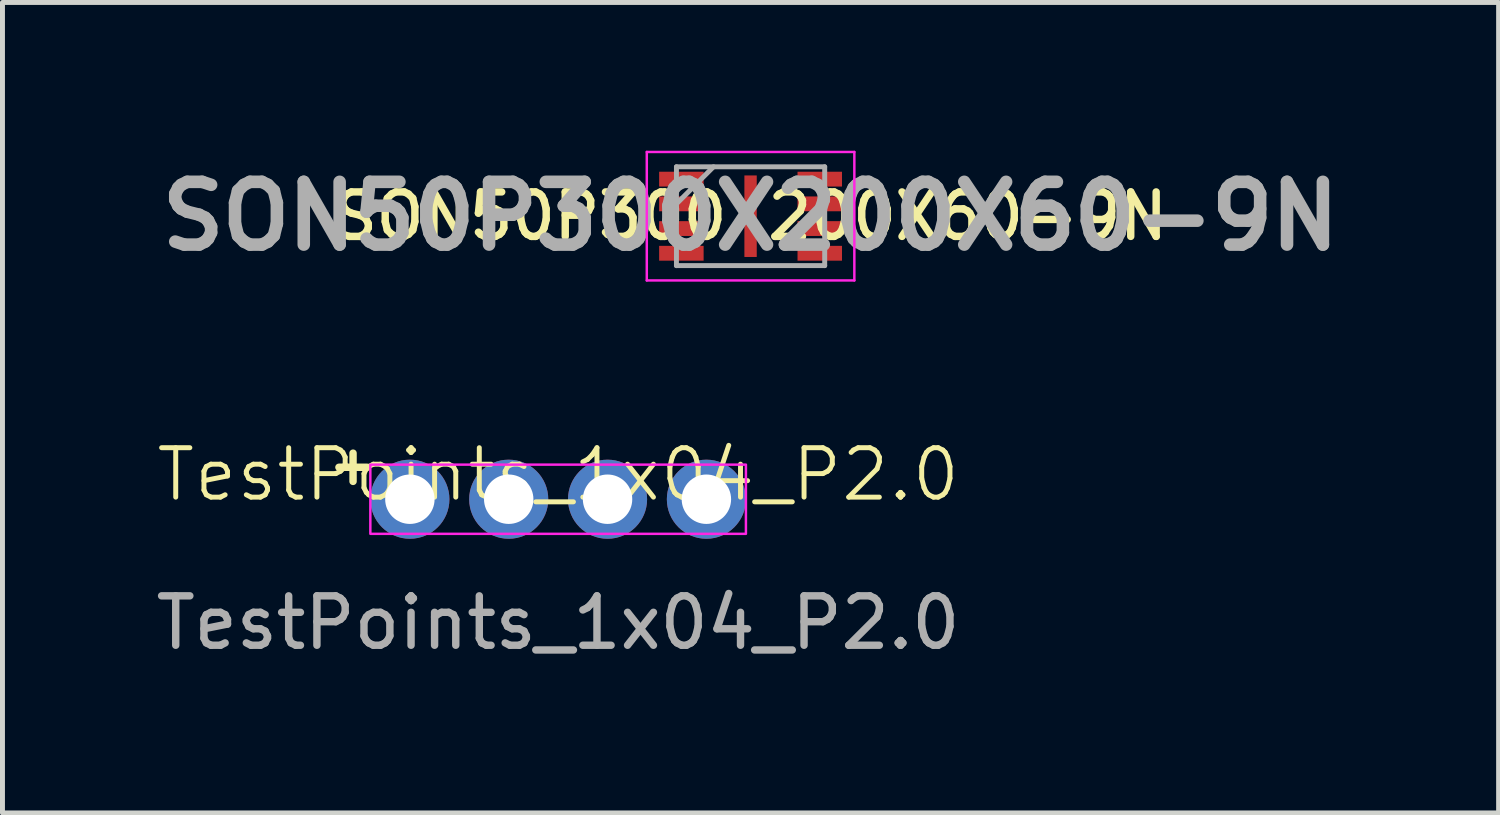
<source format=kicad_pcb>
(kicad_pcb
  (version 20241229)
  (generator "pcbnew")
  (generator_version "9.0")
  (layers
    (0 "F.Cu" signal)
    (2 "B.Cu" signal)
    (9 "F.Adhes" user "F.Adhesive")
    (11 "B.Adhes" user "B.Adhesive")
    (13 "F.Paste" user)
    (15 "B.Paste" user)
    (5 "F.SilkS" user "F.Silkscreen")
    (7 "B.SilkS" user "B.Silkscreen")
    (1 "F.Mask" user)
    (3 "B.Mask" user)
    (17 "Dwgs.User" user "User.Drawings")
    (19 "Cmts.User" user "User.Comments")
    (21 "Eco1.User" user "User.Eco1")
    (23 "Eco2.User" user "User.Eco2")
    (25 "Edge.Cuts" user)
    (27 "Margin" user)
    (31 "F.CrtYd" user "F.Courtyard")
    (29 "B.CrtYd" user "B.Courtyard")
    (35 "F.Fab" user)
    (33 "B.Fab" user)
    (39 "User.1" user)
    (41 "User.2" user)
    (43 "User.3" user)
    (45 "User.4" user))
  (footprint "TestPoints_1x04_P2.0"
    (layer "F.Cu")
    (at 8.244 7.052)
    (property "Reference" "TestPoints_1x04_P2.0" (at 0 -0.5 0) (unlocked yes) (layer "F.SilkS") (effects (font (size 1 1) (thickness 0.1))))
    (attr smd)
    (fp_rect (start -3.8 -0.7) (end 3.8 0.7) (stroke (width 0.05) (type default)) (fill no) (layer "F.CrtYd"))
    (fp_text user "+" (at -4.15 -0.7 0) (unlocked yes) (layer "F.SilkS") (effects (font (size 0.75 0.75) (thickness 0.15))))
    (fp_text user "${REFERENCE}" (at 0 2.5 0) (unlocked yes) (layer "F.Fab") (effects (font (size 1 1) (thickness 0.15))))
    (pad "1" thru_hole circle (at -3 0) (size 1.6 1.6) (drill 1) (layers "*.Cu" "*.Mask"))
    (pad "2" thru_hole circle (at -1 0) (size 1.6 1.6) (drill 1) (layers "*.Cu" "*.Mask"))
    (pad "3" thru_hole circle (at 1 0) (size 1.6 1.6) (drill 1) (layers "*.Cu" "*.Mask"))
    (pad "4" thru_hole circle (at 3 0) (size 1.6 1.6) (drill 1) (layers "*.Cu" "*.Mask")))
  (footprint "SON50P300X200X60-9N"
    (layer "F.Cu")
    (at 12.138 1.325)
    (property "Reference" "SON50P300X200X60-9N" (at 0 0 0) (layer "F.SilkS") (effects (font (size 0.9 0.9) (thickness 0.15) (bold yes))))
    (attr smd)
    (fp_line (start -2.1 -1.3) (end 2.1 -1.3) (stroke (width 0.05) (type solid)) (layer "F.CrtYd"))
    (fp_line (start -2.1 1.3) (end -2.1 -1.3) (stroke (width 0.05) (type solid)) (layer "F.CrtYd"))
    (fp_line (start 2.1 -1.3) (end 2.1 1.3) (stroke (width 0.05) (type solid)) (layer "F.CrtYd"))
    (fp_line (start 2.1 1.3) (end -2.1 1.3) (stroke (width 0.05) (type solid)) (layer "F.CrtYd"))
    (fp_line (start -1.5 -1) (end 1.5 -1) (stroke (width 0.1) (type solid)) (layer "F.Fab"))
    (fp_line (start -1.5 -0.25) (end -0.75 -1) (stroke (width 0.1) (type solid)) (layer "F.Fab"))
    (fp_line (start -1.5 1) (end -1.5 -1) (stroke (width 0.1) (type solid)) (layer "F.Fab"))
    (fp_line (start 1.5 -1) (end 1.5 1) (stroke (width 0.1) (type solid)) (layer "F.Fab"))
    (fp_line (start 1.5 1) (end -1.5 1) (stroke (width 0.1) (type solid)) (layer "F.Fab"))
    (fp_text user "${REFERENCE}" (at 0 0 0) (layer "F.Fab") (effects (font (size 1.27 1.27) (thickness 0.254))))
    (pad "1" smd rect (at -1.4 -0.75 90) (size 0.3 0.9) (layers "F.Cu" "F.Mask" "F.Paste"))
    (pad "2" smd rect (at -1.4 -0.25 90) (size 0.3 0.9) (layers "F.Cu" "F.Mask" "F.Paste"))
    (pad "3" smd rect (at -1.4 0.25 90) (size 0.3 0.9) (layers "F.Cu" "F.Mask" "F.Paste"))
    (pad "4" smd rect (at -1.4 0.75 90) (size 0.3 0.9) (layers "F.Cu" "F.Mask" "F.Paste"))
    (pad "5" smd rect (at 1.4 0.75 90) (size 0.3 0.9) (layers "F.Cu" "F.Mask" "F.Paste"))
    (pad "6" smd rect (at 1.4 0.25 90) (size 0.3 0.9) (layers "F.Cu" "F.Mask" "F.Paste"))
    (pad "7" smd rect (at 1.4 -0.25 90) (size 0.3 0.9) (layers "F.Cu" "F.Mask" "F.Paste"))
    (pad "8" smd rect (at 1.4 -0.75 90) (size 0.3 0.9) (layers "F.Cu" "F.Mask" "F.Paste"))
    (pad "9" smd rect (at 0 0) (size 0.25 1.65) (layers "F.Cu" "F.Mask" "F.Paste")))
  (gr_rect
    (start -3 -3)
    (end 27.275 13.4)
    (stroke (width 0.1) (type default))
    (fill no)
    (layer "Edge.Cuts")))
</source>
